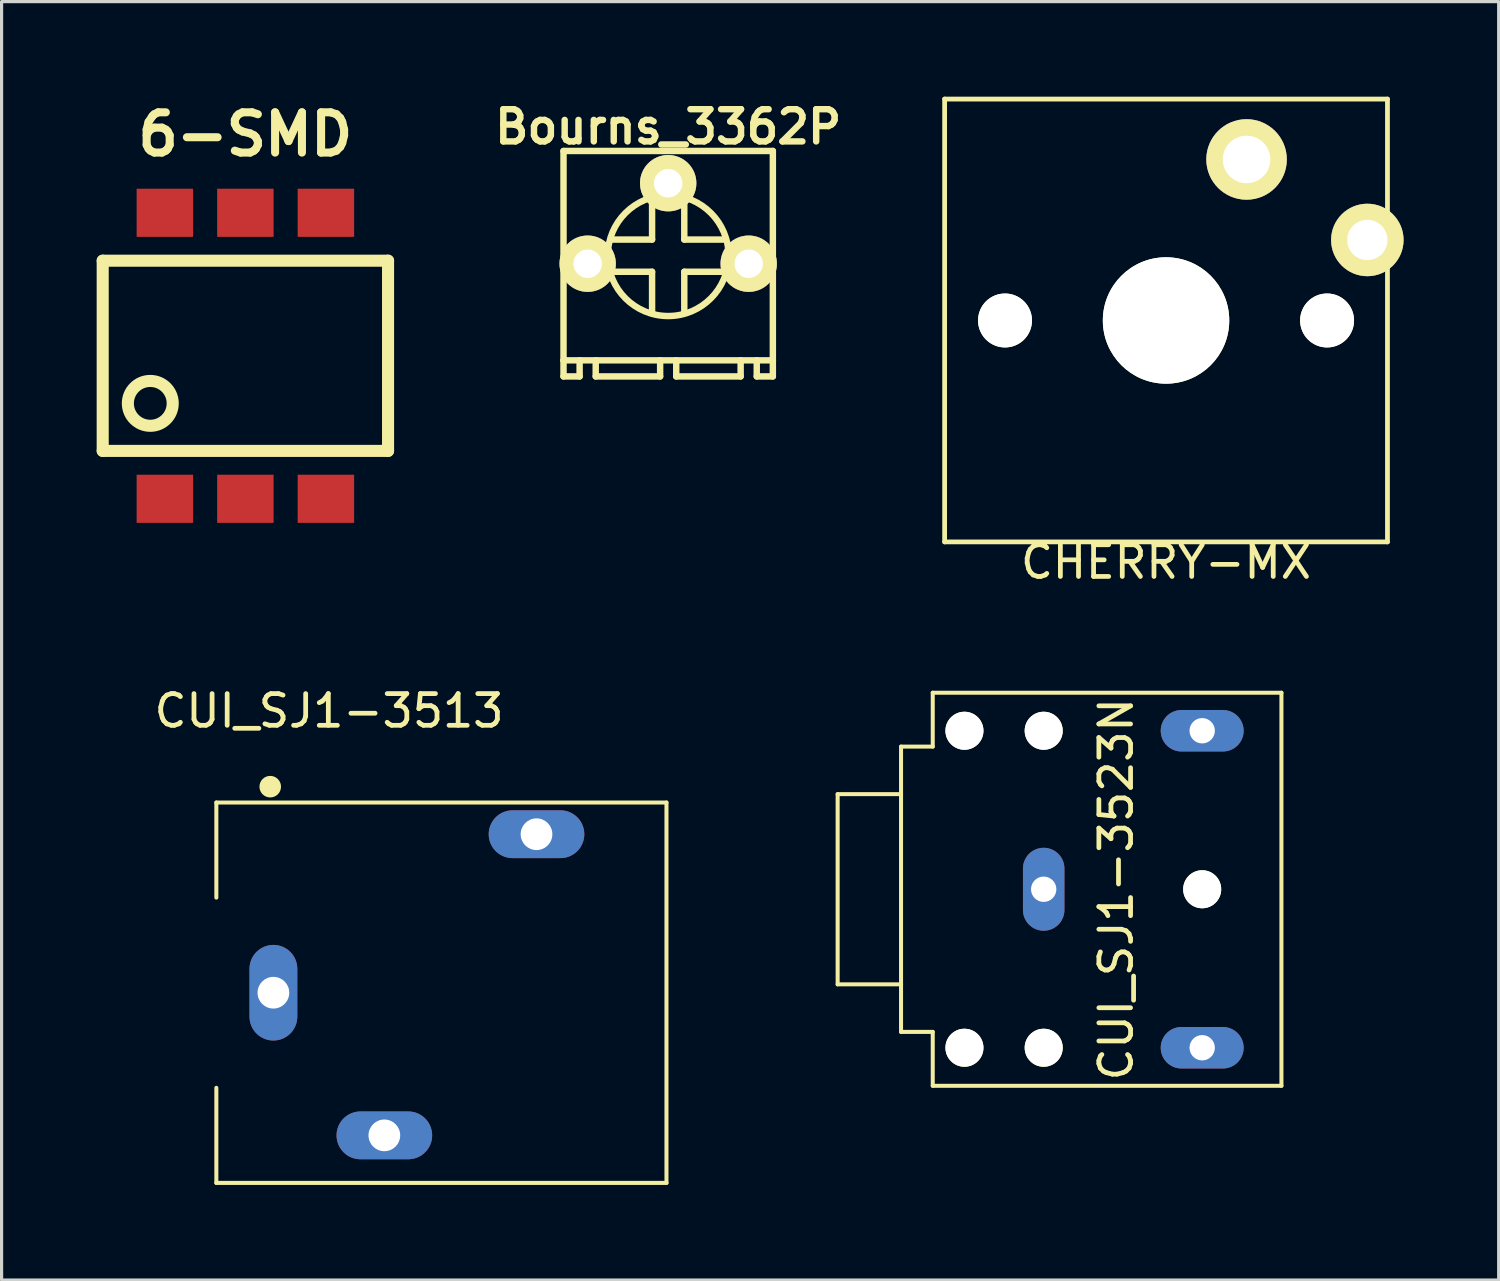
<source format=kicad_pcb>
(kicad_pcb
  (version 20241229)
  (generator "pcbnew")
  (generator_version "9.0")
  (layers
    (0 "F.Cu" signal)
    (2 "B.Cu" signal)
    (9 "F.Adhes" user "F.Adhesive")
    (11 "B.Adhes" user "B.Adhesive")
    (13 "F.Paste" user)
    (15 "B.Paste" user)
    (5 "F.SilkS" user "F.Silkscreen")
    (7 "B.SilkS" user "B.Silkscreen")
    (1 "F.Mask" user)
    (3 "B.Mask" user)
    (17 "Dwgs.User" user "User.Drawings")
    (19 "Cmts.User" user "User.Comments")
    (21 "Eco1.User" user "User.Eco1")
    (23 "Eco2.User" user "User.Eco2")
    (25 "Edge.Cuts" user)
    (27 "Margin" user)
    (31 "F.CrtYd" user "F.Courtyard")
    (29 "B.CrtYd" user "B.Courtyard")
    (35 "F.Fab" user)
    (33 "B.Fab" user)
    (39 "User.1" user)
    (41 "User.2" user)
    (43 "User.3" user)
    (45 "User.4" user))
  (footprint "CUI_SJ1-3513"
    (layer "F.Cu")
    (at 5.575 28.267)
    (property "Reference" "CUI_SJ1-3513" (at 1.756 -8.891 0) (layer "F.SilkS") (effects (font (size 1 1) (thickness 0.15))))
    (attr through_hole)
    (fp_line (start -1.8 -6) (end 12.4 -6) (stroke (width 0.127) (type solid)) (layer "F.SilkS"))
    (fp_line (start -1.8 -3) (end -1.8 -6) (stroke (width 0.127) (type solid)) (layer "F.SilkS"))
    (fp_line (start -1.8 6) (end -1.8 3) (stroke (width 0.127) (type solid)) (layer "F.SilkS"))
    (fp_line (start 12.4 -6) (end 12.4 6) (stroke (width 0.127) (type solid)) (layer "F.SilkS"))
    (fp_line (start 12.4 6) (end -1.8 6) (stroke (width 0.127) (type solid)) (layer "F.SilkS"))
    (fp_circle (center -0.1 -6.5) (end 0.07 -6.5) (stroke (width 0.34) (type solid)) (fill no) (layer "F.SilkS"))
    (fp_line (start -5.55 -3.25) (end -5.55 3.25) (stroke (width 0.05) (type solid)) (layer "Eco1.User"))
    (fp_line (start -5.55 3.25) (end -2.05 3.25) (stroke (width 0.05) (type solid)) (layer "Eco1.User"))
    (fp_line (start -2.05 -6.2) (end -2.05 -3.25) (stroke (width 0.05) (type solid)) (layer "Eco1.User"))
    (fp_line (start -2.05 -3.25) (end -5.55 -3.25) (stroke (width 0.05) (type solid)) (layer "Eco1.User"))
    (fp_line (start -2.05 3.25) (end -2.05 5.8) (stroke (width 0.05) (type solid)) (layer "Eco1.User"))
    (fp_line (start -2.05 5.8) (end 14.5 5.8) (stroke (width 0.05) (type solid)) (layer "Eco1.User"))
    (fp_line (start 14.5 -6.2) (end -2.05 -6.2) (stroke (width 0.05) (type solid)) (layer "Eco1.User"))
    (fp_line (start 14.5 5.8) (end 14.5 -6.2) (stroke (width 0.05) (type solid)) (layer "Eco1.User"))
    (fp_line (start -5.3 -3) (end -5.3 3) (stroke (width 0.127) (type solid)) (layer "Eco2.User"))
    (fp_line (start -5.3 3) (end -1.8 3) (stroke (width 0.127) (type solid)) (layer "Eco2.User"))
    (fp_line (start -1.8 -5.95) (end -1.8 -3) (stroke (width 0.127) (type solid)) (layer "Eco2.User"))
    (fp_line (start -1.8 -3) (end -5.3 -3) (stroke (width 0.127) (type solid)) (layer "Eco2.User"))
    (fp_line (start -1.8 3) (end -1.8 6) (stroke (width 0.127) (type solid)) (layer "Eco2.User"))
    (fp_line (start -1.8 6) (end 12.4 6) (stroke (width 0.127) (type solid)) (layer "Eco2.User"))
    (fp_line (start 12.4 -6) (end -1.8 -6) (stroke (width 0.127) (type solid)) (layer "Eco2.User"))
    (fp_line (start 12.4 6) (end 12.4 -5.95) (stroke (width 0.127) (type solid)) (layer "Eco2.User"))
    (pad "1" thru_hole oval (at 0 0 90) (size 3.016 1.508) (drill 1) (layers "*.Cu" "*.Mask"))
    (pad "2" thru_hole oval (at 3.5 4.5 180) (size 3.016 1.508) (drill 1) (layers "*.Cu" "*.Mask"))
    (pad "3" thru_hole oval (at 8.3 -5 180) (size 3.016 1.508) (drill 1) (layers "*.Cu" "*.Mask")))
  (footprint "Bourns_3362P"
    (layer "F.Cu")
    (at 18.029 5.269)
    (property "Reference" "Bourns_3362P" (at 0 -4.318 0) (layer "F.SilkS") (effects (font (size 1.016 1.016) (thickness 0.203))))
    (attr through_hole)
    (fp_line (start -3.302 -3.556) (end 3.302 -3.556) (stroke (width 0.203) (type solid)) (layer "F.SilkS"))
    (fp_line (start -3.302 3.048) (end -3.302 -3.556) (stroke (width 0.203) (type solid)) (layer "F.SilkS"))
    (fp_line (start -3.302 3.556) (end -3.302 3.048) (stroke (width 0.203) (type solid)) (layer "F.SilkS"))
    (fp_line (start -2.794 3.048) (end -2.794 3.556) (stroke (width 0.203) (type solid)) (layer "F.SilkS"))
    (fp_line (start -2.794 3.556) (end -3.302 3.556) (stroke (width 0.203) (type solid)) (layer "F.SilkS"))
    (fp_line (start -2.286 3.556) (end -2.286 3.048) (stroke (width 0.203) (type solid)) (layer "F.SilkS"))
    (fp_line (start -1.778 -0.762) (end -0.508 -0.762) (stroke (width 0.203) (type solid)) (layer "F.SilkS"))
    (fp_line (start -0.508 -0.762) (end -0.508 -2.032) (stroke (width 0.203) (type solid)) (layer "F.SilkS"))
    (fp_line (start -0.508 0.254) (end -1.778 0.254) (stroke (width 0.203) (type solid)) (layer "F.SilkS"))
    (fp_line (start -0.508 1.524) (end -0.508 0.254) (stroke (width 0.203) (type solid)) (layer "F.SilkS"))
    (fp_line (start -0.254 3.048) (end -0.254 3.556) (stroke (width 0.203) (type solid)) (layer "F.SilkS"))
    (fp_line (start -0.254 3.556) (end -2.286 3.556) (stroke (width 0.203) (type solid)) (layer "F.SilkS"))
    (fp_line (start 0.254 3.556) (end 0.254 3.048) (stroke (width 0.203) (type solid)) (layer "F.SilkS"))
    (fp_line (start 0.508 -2.032) (end 0.508 -0.762) (stroke (width 0.203) (type solid)) (layer "F.SilkS"))
    (fp_line (start 0.508 -0.762) (end 1.778 -0.762) (stroke (width 0.203) (type solid)) (layer "F.SilkS"))
    (fp_line (start 0.508 0.254) (end 0.508 1.524) (stroke (width 0.203) (type solid)) (layer "F.SilkS"))
    (fp_line (start 1.778 0.254) (end 0.508 0.254) (stroke (width 0.203) (type solid)) (layer "F.SilkS"))
    (fp_line (start 2.286 3.048) (end 2.286 3.556) (stroke (width 0.203) (type solid)) (layer "F.SilkS"))
    (fp_line (start 2.286 3.556) (end 0.254 3.556) (stroke (width 0.203) (type solid)) (layer "F.SilkS"))
    (fp_line (start 2.794 3.556) (end 2.794 3.048) (stroke (width 0.203) (type solid)) (layer "F.SilkS"))
    (fp_line (start 3.302 -3.556) (end 3.302 3.048) (stroke (width 0.203) (type solid)) (layer "F.SilkS"))
    (fp_line (start 3.302 3.048) (end -3.302 3.048) (stroke (width 0.203) (type solid)) (layer "F.SilkS"))
    (fp_line (start 3.302 3.048) (end 3.302 3.556) (stroke (width 0.203) (type solid)) (layer "F.SilkS"))
    (fp_line (start 3.302 3.556) (end 2.794 3.556) (stroke (width 0.203) (type solid)) (layer "F.SilkS"))
    (fp_circle (center 0 -0.254) (end 1.905 -0.254) (stroke (width 0.203) (type solid)) (fill no) (layer "F.SilkS"))
    (pad "1" thru_hole circle (at -2.54 0) (size 1.778 1.778) (drill 0.899) (layers "*.Cu" "*.Mask" "F.SilkS"))
    (pad "2" thru_hole circle (at 0 -2.54) (size 1.778 1.778) (drill 0.899) (layers "*.Cu" "*.Mask" "F.SilkS"))
    (pad "3" thru_hole circle (at 2.54 0) (size 1.778 1.778) (drill 0.899) (layers "*.Cu" "*.Mask" "F.SilkS")))
  (footprint "CHERRY-MX"
    (layer "F.Cu")
    (at 33.735 7.06)
    (property "Reference" "CHERRY-MX" (at 0 7.62 180) (layer "F.SilkS") (effects (font (size 1 1) (thickness 0.15))))
    (attr through_hole)
    (fp_line (start -6.985 -6.985) (end 6.985 -6.985) (stroke (width 0.15) (type solid)) (layer "F.SilkS"))
    (fp_line (start -6.985 6.985) (end -6.985 -6.985) (stroke (width 0.15) (type solid)) (layer "F.SilkS"))
    (fp_line (start 6.985 -6.985) (end 6.985 6.985) (stroke (width 0.15) (type solid)) (layer "F.SilkS"))
    (fp_line (start 6.985 6.985) (end -6.985 6.985) (stroke (width 0.15) (type solid)) (layer "F.SilkS"))
    (pad "" np_thru_hole circle (at -5.08 0 90) (size 1.702 1.702) (drill 1.702) (layers "*.Cu" "*.Mask" "F.SilkS"))
    (pad "" np_thru_hole circle (at 0 0 90) (size 3.988 3.988) (drill 3.988) (layers "*.Cu" "*.Mask" "F.SilkS"))
    (pad "" np_thru_hole circle (at 5.08 0 90) (size 1.702 1.702) (drill 1.702) (layers "*.Cu" "*.Mask" "F.SilkS"))
    (pad "1" thru_hole circle (at 2.54 -5.08) (size 2.54 2.54) (drill 1.499) (layers "*.Cu" "*.Mask" "F.SilkS"))
    (pad "2" thru_hole circle (at 6.35 -2.54 90) (size 2.286 2.286) (drill 1.27) (layers "*.Cu" "*.Mask" "F.SilkS")))
  (footprint "CUI_SJ1-3523N"
    (layer "F.Cu")
    (at 29.875 25.003)
    (property "Reference" "CUI_SJ1-3523N" (at 2.286 0 90) (layer "F.SilkS") (effects (font (size 1 1) (thickness 0.15))))
    (attr through_hole)
    (fp_line (start -6.5 -3) (end -6.5 3) (stroke (width 0.127) (type solid)) (layer "F.SilkS"))
    (fp_line (start -6.5 3) (end -4.5 3) (stroke (width 0.127) (type solid)) (layer "F.SilkS"))
    (fp_line (start -4.5 -4.5) (end -4.5 -3) (stroke (width 0.127) (type solid)) (layer "F.SilkS"))
    (fp_line (start -4.5 -3) (end -6.5 -3) (stroke (width 0.127) (type solid)) (layer "F.SilkS"))
    (fp_line (start -4.5 -3) (end -4.5 3) (stroke (width 0.127) (type solid)) (layer "F.SilkS"))
    (fp_line (start -4.5 3) (end -4.5 4.5) (stroke (width 0.127) (type solid)) (layer "F.SilkS"))
    (fp_line (start -4.5 4.5) (end -3.5 4.5) (stroke (width 0.127) (type solid)) (layer "F.SilkS"))
    (fp_line (start -3.5 -6.2) (end -3.5 -4.5) (stroke (width 0.127) (type solid)) (layer "F.SilkS"))
    (fp_line (start -3.5 -4.5) (end -4.5 -4.5) (stroke (width 0.127) (type solid)) (layer "F.SilkS"))
    (fp_line (start -3.5 4.5) (end -3.5 6.2) (stroke (width 0.127) (type solid)) (layer "F.SilkS"))
    (fp_line (start 7.5 -6.2) (end -3.5 -6.2) (stroke (width 0.127) (type solid)) (layer "F.SilkS"))
    (fp_line (start 7.5 -6.2) (end 7.5 6.2) (stroke (width 0.127) (type solid)) (layer "F.SilkS"))
    (fp_line (start 7.5 6.2) (end -3.5 6.2) (stroke (width 0.127) (type solid)) (layer "F.SilkS"))
    (fp_line (start -6.75 -3.25) (end -6.75 3.25) (stroke (width 0.05) (type solid)) (layer "Eco1.User"))
    (fp_line (start -6.75 3.25) (end -4.75 3.25) (stroke (width 0.05) (type solid)) (layer "Eco1.User"))
    (fp_line (start -4.75 -6.45) (end -4.75 -3.25) (stroke (width 0.05) (type solid)) (layer "Eco1.User"))
    (fp_line (start -4.75 -6.45) (end 7.75 -6.45) (stroke (width 0.05) (type solid)) (layer "Eco1.User"))
    (fp_line (start -4.75 -3.25) (end -6.75 -3.25) (stroke (width 0.05) (type solid)) (layer "Eco1.User"))
    (fp_line (start -4.75 3.25) (end -4.75 6.45) (stroke (width 0.05) (type solid)) (layer "Eco1.User"))
    (fp_line (start 7.75 -6.45) (end 7.75 6.45) (stroke (width 0.05) (type solid)) (layer "Eco1.User"))
    (fp_line (start 7.75 6.45) (end -4.75 6.45) (stroke (width 0.05) (type solid)) (layer "Eco1.User"))
    (pad "" np_thru_hole circle (at -2.5 -5) (size 1.2 1.2) (drill 1.2) (layers "*.Cu" "*.Mask" "F.SilkS"))
    (pad "" np_thru_hole circle (at -2.5 5) (size 1.2 1.2) (drill 1.2) (layers "*.Cu" "*.Mask" "F.SilkS"))
    (pad "" np_thru_hole circle (at 0 -5) (size 1.2 1.2) (drill 1.2) (layers "*.Cu" "*.Mask" "F.SilkS"))
    (pad "" np_thru_hole circle (at 0 5) (size 1.2 1.2) (drill 1.2) (layers "*.Cu" "*.Mask" "F.SilkS"))
    (pad "" np_thru_hole circle (at 5 0) (size 1.2 1.2) (drill 1.2) (layers "*.Cu" "*.Mask" "F.SilkS"))
    (pad "1" thru_hole oval (at 0 0 90) (size 2.616 1.308) (drill 0.8) (layers "*.Cu" "*.Mask"))
    (pad "2" thru_hole oval (at 5 5 180) (size 2.616 1.308) (drill 0.8) (layers "*.Cu" "*.Mask"))
    (pad "3" thru_hole oval (at 5 -5 180) (size 2.616 1.308) (drill 0.8) (layers "*.Cu" "*.Mask")))
  (footprint "6-SMD"
    (layer "F.Cu")
    (at 4.691 8.174)
    (property "Reference" "6-SMD" (at 0 -6.985 0) (layer "F.SilkS") (effects (font (size 1.27 1.27) (thickness 0.254))))
    (attr through_hole)
    (fp_line (start -4.501 -3) (end -4.501 3) (stroke (width 0.381) (type solid)) (layer "F.SilkS"))
    (fp_line (start -4.501 -3) (end 4.501 -3) (stroke (width 0.381) (type solid)) (layer "F.SilkS"))
    (fp_line (start -4.501 3) (end 4.501 3) (stroke (width 0.381) (type solid)) (layer "F.SilkS"))
    (fp_line (start 4.501 -3) (end 4.501 3) (stroke (width 0.381) (type solid)) (layer "F.SilkS"))
    (fp_circle (center -3 1.501) (end -3.5 2.002) (stroke (width 0.381) (type solid)) (fill no) (layer "F.SilkS"))
    (pad "1" smd rect (at -2.54 4.511) (size 1.781 1.519) (layers "F.Cu" "F.Mask" "F.Paste"))
    (pad "2" smd rect (at 0 4.511) (size 1.781 1.519) (layers "F.Cu" "F.Mask" "F.Paste"))
    (pad "3" smd rect (at 2.54 4.511) (size 1.781 1.519) (layers "F.Cu" "F.Mask" "F.Paste"))
    (pad "4" smd rect (at 2.54 -4.511) (size 1.781 1.519) (layers "F.Cu" "F.Mask" "F.Paste"))
    (pad "5" smd rect (at 0 -4.511) (size 1.781 1.519) (layers "F.Cu" "F.Mask" "F.Paste"))
    (pad "6" smd rect (at -2.54 -4.511) (size 1.781 1.519) (layers "F.Cu" "F.Mask" "F.Paste")))
  (gr_rect
    (start -3 -3)
    (end 44.228 37.331)
    (stroke (width 0.1) (type default))
    (fill no)
    (layer "Edge.Cuts")))
</source>
